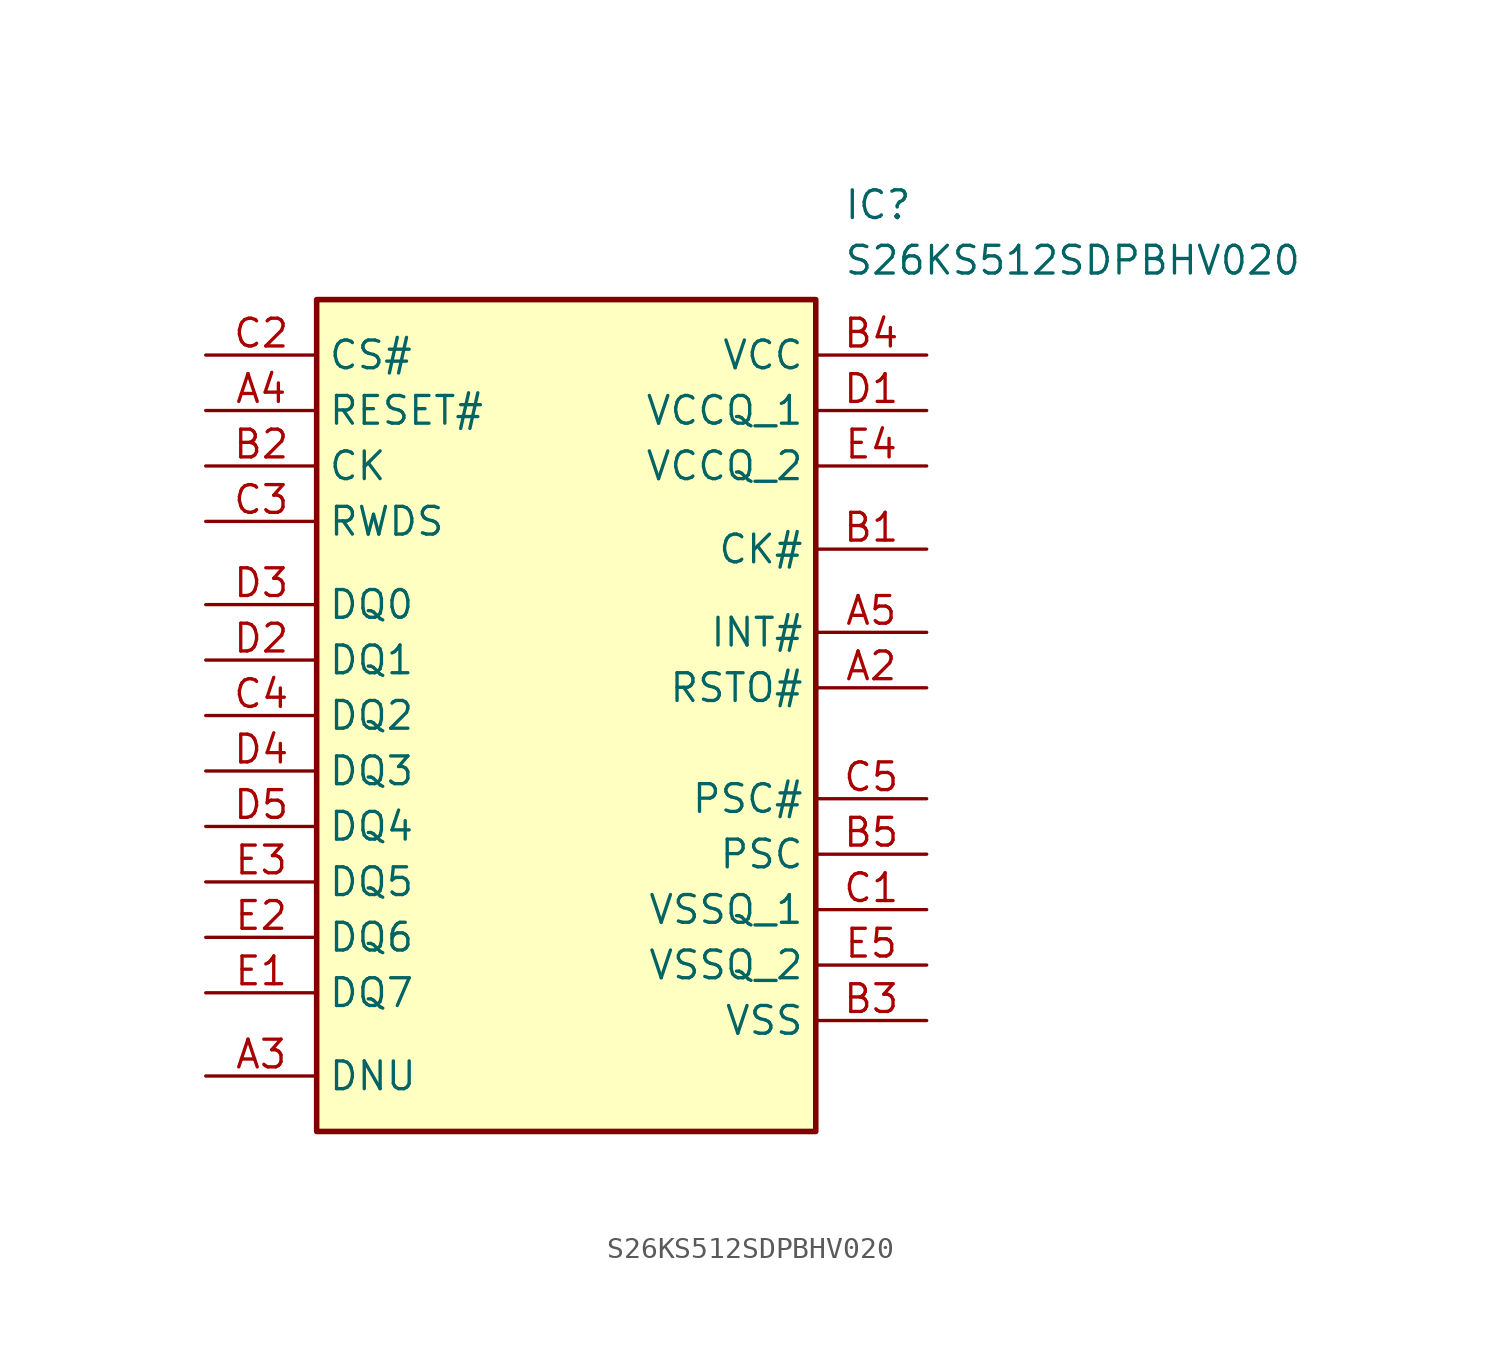
<source format=kicad_sym>
(kicad_symbol_lib
  (version 20231120)
  (generator "kicad_symbol_editor")
  (generator_version "8.0")
  (symbol "S26KS512SDPBHV020"
    (property "Reference" "IC"
      (at 29.21 7.62 0)
      (effects (font (size 1.27 1.27)) (justify left top)))
    (property "Value" "S26KS512SDPBHV020"
      (at 29.21 5.08 0)
      (effects (font (size 1.27 1.27)) (justify left top)))
    (symbol "S26KS512SDPBHV020_1_1"
      (rectangle (start 5.08 2.54) (end 27.94 -35.56) (stroke (width 0.254) (type default)) (fill (type background)))
      (pin passive line (at 33.02 -15.24 180) (length 5.08) (name "RSTO#" (effects (font (size 1.27 1.27)))) (number "A2" (effects (font (size 1.27 1.27)))))
      (pin passive line (at 0 -33.02 0) (length 5.08) (name "DNU" (effects (font (size 1.27 1.27)))) (number "A3" (effects (font (size 1.27 1.27)))))
      (pin passive line (at 0 -2.54 0) (length 5.08) (name "RESET#" (effects (font (size 1.27 1.27)))) (number "A4" (effects (font (size 1.27 1.27)))))
      (pin passive line (at 33.02 -12.7 180) (length 5.08) (name "INT#" (effects (font (size 1.27 1.27)))) (number "A5" (effects (font (size 1.27 1.27)))))
      (pin passive line (at 33.02 -8.89 180) (length 5.08) (name "CK#" (effects (font (size 1.27 1.27)))) (number "B1" (effects (font (size 1.27 1.27)))))
      (pin passive line (at 0 -5.08 0) (length 5.08) (name "CK" (effects (font (size 1.27 1.27)))) (number "B2" (effects (font (size 1.27 1.27)))))
      (pin passive line (at 33.02 -30.48 180) (length 5.08) (name "VSS" (effects (font (size 1.27 1.27)))) (number "B3" (effects (font (size 1.27 1.27)))))
      (pin passive line (at 33.02 0 180) (length 5.08) (name "VCC" (effects (font (size 1.27 1.27)))) (number "B4" (effects (font (size 1.27 1.27)))))
      (pin passive line (at 33.02 -22.86 180) (length 5.08) (name "PSC" (effects (font (size 1.27 1.27)))) (number "B5" (effects (font (size 1.27 1.27)))))
      (pin passive line (at 33.02 -25.4 180) (length 5.08) (name "VSSQ_1" (effects (font (size 1.27 1.27)))) (number "C1" (effects (font (size 1.27 1.27)))))
      (pin passive line (at 0 0 0) (length 5.08) (name "CS#" (effects (font (size 1.27 1.27)))) (number "C2" (effects (font (size 1.27 1.27)))))
      (pin passive line (at 0 -7.62 0) (length 5.08) (name "RWDS" (effects (font (size 1.27 1.27)))) (number "C3" (effects (font (size 1.27 1.27)))))
      (pin passive line (at 0 -16.51 0) (length 5.08) (name "DQ2" (effects (font (size 1.27 1.27)))) (number "C4" (effects (font (size 1.27 1.27)))))
      (pin passive line (at 33.02 -20.32 180) (length 5.08) (name "PSC#" (effects (font (size 1.27 1.27)))) (number "C5" (effects (font (size 1.27 1.27)))))
      (pin passive line (at 33.02 -2.54 180) (length 5.08) (name "VCCQ_1" (effects (font (size 1.27 1.27)))) (number "D1" (effects (font (size 1.27 1.27)))))
      (pin passive line (at 0 -13.97 0) (length 5.08) (name "DQ1" (effects (font (size 1.27 1.27)))) (number "D2" (effects (font (size 1.27 1.27)))))
      (pin passive line (at 0 -11.43 0) (length 5.08) (name "DQ0" (effects (font (size 1.27 1.27)))) (number "D3" (effects (font (size 1.27 1.27)))))
      (pin passive line (at 0 -19.05 0) (length 5.08) (name "DQ3" (effects (font (size 1.27 1.27)))) (number "D4" (effects (font (size 1.27 1.27)))))
      (pin passive line (at 0 -21.59 0) (length 5.08) (name "DQ4" (effects (font (size 1.27 1.27)))) (number "D5" (effects (font (size 1.27 1.27)))))
      (pin passive line (at 0 -29.21 0) (length 5.08) (name "DQ7" (effects (font (size 1.27 1.27)))) (number "E1" (effects (font (size 1.27 1.27)))))
      (pin passive line (at 0 -26.67 0) (length 5.08) (name "DQ6" (effects (font (size 1.27 1.27)))) (number "E2" (effects (font (size 1.27 1.27)))))
      (pin passive line (at 0 -24.13 0) (length 5.08) (name "DQ5" (effects (font (size 1.27 1.27)))) (number "E3" (effects (font (size 1.27 1.27)))))
      (pin passive line (at 33.02 -5.08 180) (length 5.08) (name "VCCQ_2" (effects (font (size 1.27 1.27)))) (number "E4" (effects (font (size 1.27 1.27)))))
      (pin passive line (at 33.02 -27.94 180) (length 5.08) (name "VSSQ_2" (effects (font (size 1.27 1.27)))) (number "E5" (effects (font (size 1.27 1.27))))))))
</source>
